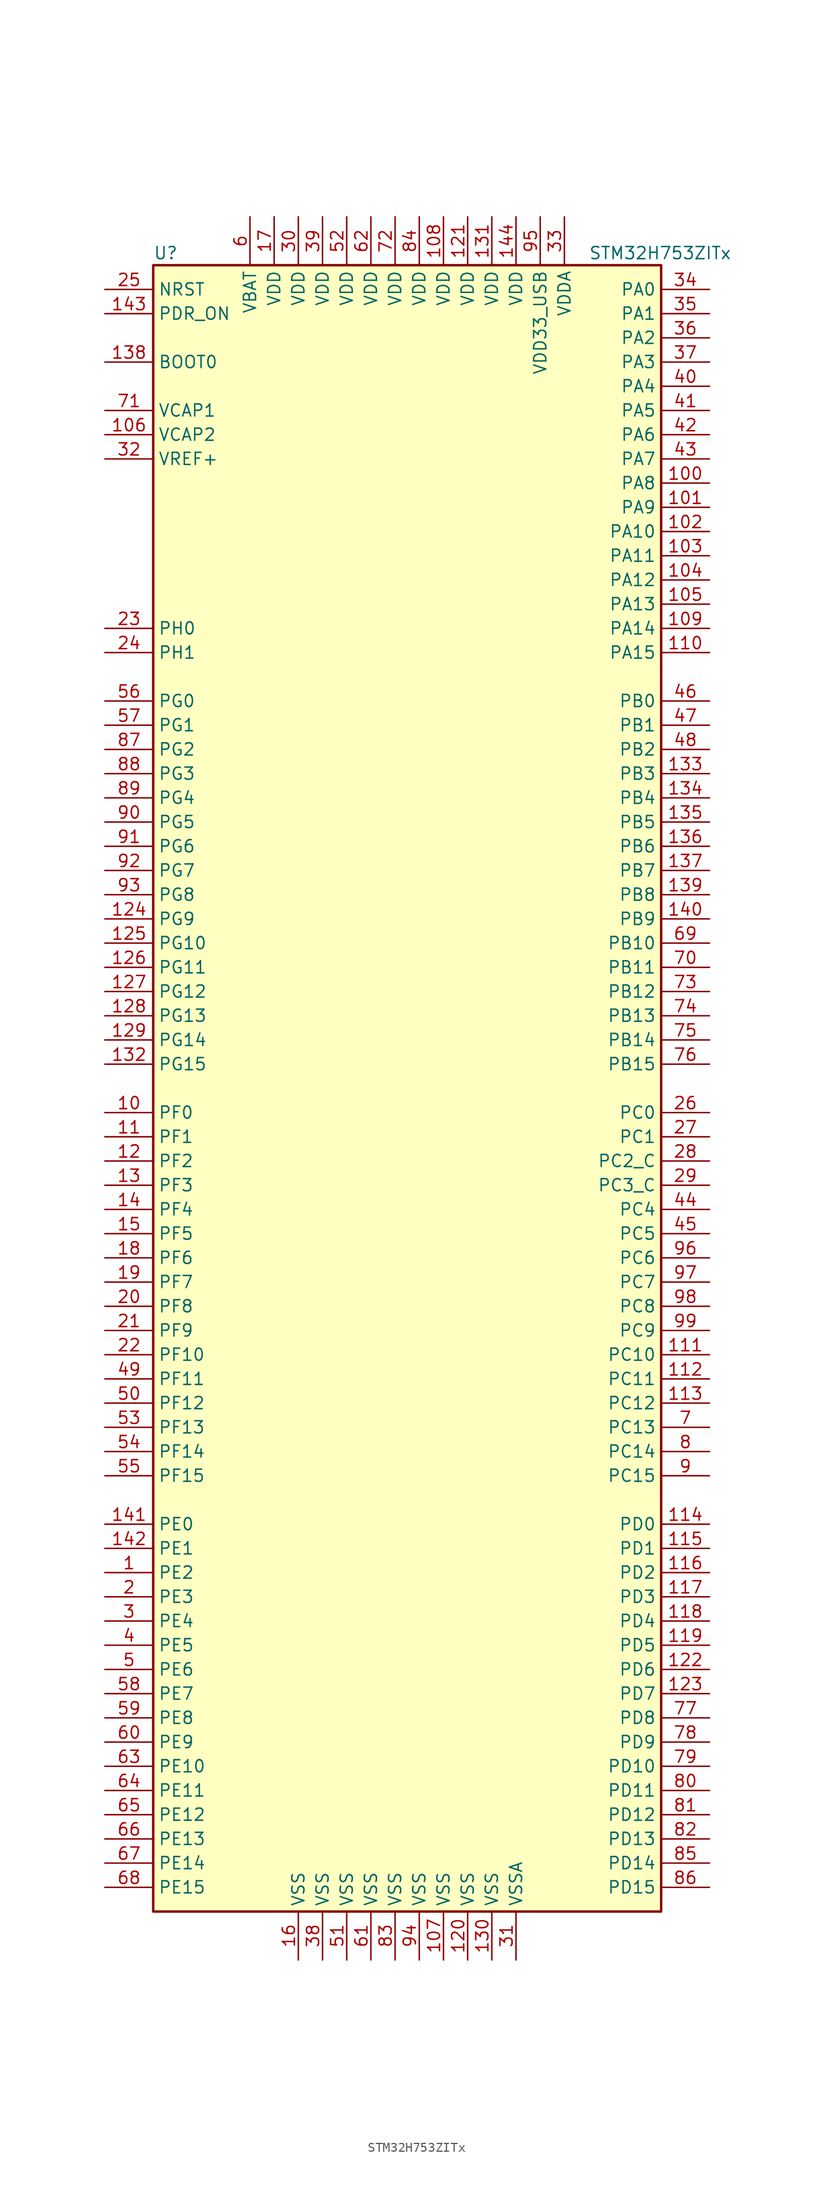
<source format=kicad_sym>
(kicad_symbol_lib
  (version 20201005)
  (generator kicad_symbol_editor)
  (symbol "STM32H753ZITx"
    (property "Reference" "U"
      (at -27.94 87.63 0)
      (effects (font (size 1.27 1.27)) (justify left)))
    (property "Value" "STM32H753ZITx"
      (at 17.78 87.63 0)
      (effects (font (size 1.27 1.27)) (justify left)))
    (symbol "STM32H753ZITx_0_1"
      (rectangle (start -27.94 -86.36) (end 25.4 86.36) (stroke (width 0.254)) (fill (type background))))
    (symbol "STM32H753ZITx_1_1"
      (pin bidirectional line (at -33.02 -50.8 0) (length 5.08) (name "PE2" (effects (font (size 1.27 1.27)))) (number "1" (effects (font (size 1.27 1.27)))))
      (pin bidirectional line (at -33.02 -2.54 0) (length 5.08) (name "PF0" (effects (font (size 1.27 1.27)))) (number "10" (effects (font (size 1.27 1.27)))))
      (pin bidirectional line (at 30.48 63.5 180) (length 5.08) (name "PA8" (effects (font (size 1.27 1.27)))) (number "100" (effects (font (size 1.27 1.27)))))
      (pin bidirectional line (at 30.48 60.96 180) (length 5.08) (name "PA9" (effects (font (size 1.27 1.27)))) (number "101" (effects (font (size 1.27 1.27)))))
      (pin bidirectional line (at 30.48 58.42 180) (length 5.08) (name "PA10" (effects (font (size 1.27 1.27)))) (number "102" (effects (font (size 1.27 1.27)))))
      (pin bidirectional line (at 30.48 55.88 180) (length 5.08) (name "PA11" (effects (font (size 1.27 1.27)))) (number "103" (effects (font (size 1.27 1.27)))))
      (pin bidirectional line (at 30.48 53.34 180) (length 5.08) (name "PA12" (effects (font (size 1.27 1.27)))) (number "104" (effects (font (size 1.27 1.27)))))
      (pin bidirectional line (at 30.48 50.8 180) (length 5.08) (name "PA13" (effects (font (size 1.27 1.27)))) (number "105" (effects (font (size 1.27 1.27)))))
      (pin power_in line (at -33.02 68.58 0) (length 5.08) (name "VCAP2" (effects (font (size 1.27 1.27)))) (number "106" (effects (font (size 1.27 1.27)))))
      (pin power_in line (at 2.54 -91.44 90) (length 5.08) (name "VSS" (effects (font (size 1.27 1.27)))) (number "107" (effects (font (size 1.27 1.27)))))
      (pin power_in line (at 2.54 91.44 270) (length 5.08) (name "VDD" (effects (font (size 1.27 1.27)))) (number "108" (effects (font (size 1.27 1.27)))))
      (pin bidirectional line (at 30.48 48.26 180) (length 5.08) (name "PA14" (effects (font (size 1.27 1.27)))) (number "109" (effects (font (size 1.27 1.27)))))
      (pin bidirectional line (at -33.02 -5.08 0) (length 5.08) (name "PF1" (effects (font (size 1.27 1.27)))) (number "11" (effects (font (size 1.27 1.27)))))
      (pin bidirectional line (at 30.48 45.72 180) (length 5.08) (name "PA15" (effects (font (size 1.27 1.27)))) (number "110" (effects (font (size 1.27 1.27)))))
      (pin bidirectional line (at 30.48 -27.94 180) (length 5.08) (name "PC10" (effects (font (size 1.27 1.27)))) (number "111" (effects (font (size 1.27 1.27)))))
      (pin bidirectional line (at 30.48 -30.48 180) (length 5.08) (name "PC11" (effects (font (size 1.27 1.27)))) (number "112" (effects (font (size 1.27 1.27)))))
      (pin bidirectional line (at 30.48 -33.02 180) (length 5.08) (name "PC12" (effects (font (size 1.27 1.27)))) (number "113" (effects (font (size 1.27 1.27)))))
      (pin bidirectional line (at 30.48 -45.72 180) (length 5.08) (name "PD0" (effects (font (size 1.27 1.27)))) (number "114" (effects (font (size 1.27 1.27)))))
      (pin bidirectional line (at 30.48 -48.26 180) (length 5.08) (name "PD1" (effects (font (size 1.27 1.27)))) (number "115" (effects (font (size 1.27 1.27)))))
      (pin bidirectional line (at 30.48 -50.8 180) (length 5.08) (name "PD2" (effects (font (size 1.27 1.27)))) (number "116" (effects (font (size 1.27 1.27)))))
      (pin bidirectional line (at 30.48 -53.34 180) (length 5.08) (name "PD3" (effects (font (size 1.27 1.27)))) (number "117" (effects (font (size 1.27 1.27)))))
      (pin bidirectional line (at 30.48 -55.88 180) (length 5.08) (name "PD4" (effects (font (size 1.27 1.27)))) (number "118" (effects (font (size 1.27 1.27)))))
      (pin bidirectional line (at 30.48 -58.42 180) (length 5.08) (name "PD5" (effects (font (size 1.27 1.27)))) (number "119" (effects (font (size 1.27 1.27)))))
      (pin bidirectional line (at -33.02 -7.62 0) (length 5.08) (name "PF2" (effects (font (size 1.27 1.27)))) (number "12" (effects (font (size 1.27 1.27)))))
      (pin power_in line (at 5.08 -91.44 90) (length 5.08) (name "VSS" (effects (font (size 1.27 1.27)))) (number "120" (effects (font (size 1.27 1.27)))))
      (pin power_in line (at 5.08 91.44 270) (length 5.08) (name "VDD" (effects (font (size 1.27 1.27)))) (number "121" (effects (font (size 1.27 1.27)))))
      (pin bidirectional line (at 30.48 -60.96 180) (length 5.08) (name "PD6" (effects (font (size 1.27 1.27)))) (number "122" (effects (font (size 1.27 1.27)))))
      (pin bidirectional line (at 30.48 -63.5 180) (length 5.08) (name "PD7" (effects (font (size 1.27 1.27)))) (number "123" (effects (font (size 1.27 1.27)))))
      (pin bidirectional line (at -33.02 17.78 0) (length 5.08) (name "PG9" (effects (font (size 1.27 1.27)))) (number "124" (effects (font (size 1.27 1.27)))))
      (pin bidirectional line (at -33.02 15.24 0) (length 5.08) (name "PG10" (effects (font (size 1.27 1.27)))) (number "125" (effects (font (size 1.27 1.27)))))
      (pin bidirectional line (at -33.02 12.7 0) (length 5.08) (name "PG11" (effects (font (size 1.27 1.27)))) (number "126" (effects (font (size 1.27 1.27)))))
      (pin bidirectional line (at -33.02 10.16 0) (length 5.08) (name "PG12" (effects (font (size 1.27 1.27)))) (number "127" (effects (font (size 1.27 1.27)))))
      (pin bidirectional line (at -33.02 7.62 0) (length 5.08) (name "PG13" (effects (font (size 1.27 1.27)))) (number "128" (effects (font (size 1.27 1.27)))))
      (pin bidirectional line (at -33.02 5.08 0) (length 5.08) (name "PG14" (effects (font (size 1.27 1.27)))) (number "129" (effects (font (size 1.27 1.27)))))
      (pin bidirectional line (at -33.02 -10.16 0) (length 5.08) (name "PF3" (effects (font (size 1.27 1.27)))) (number "13" (effects (font (size 1.27 1.27)))))
      (pin power_in line (at 7.62 -91.44 90) (length 5.08) (name "VSS" (effects (font (size 1.27 1.27)))) (number "130" (effects (font (size 1.27 1.27)))))
      (pin power_in line (at 7.62 91.44 270) (length 5.08) (name "VDD" (effects (font (size 1.27 1.27)))) (number "131" (effects (font (size 1.27 1.27)))))
      (pin bidirectional line (at -33.02 2.54 0) (length 5.08) (name "PG15" (effects (font (size 1.27 1.27)))) (number "132" (effects (font (size 1.27 1.27)))))
      (pin bidirectional line (at 30.48 33.02 180) (length 5.08) (name "PB3" (effects (font (size 1.27 1.27)))) (number "133" (effects (font (size 1.27 1.27)))))
      (pin bidirectional line (at 30.48 30.48 180) (length 5.08) (name "PB4" (effects (font (size 1.27 1.27)))) (number "134" (effects (font (size 1.27 1.27)))))
      (pin bidirectional line (at 30.48 27.94 180) (length 5.08) (name "PB5" (effects (font (size 1.27 1.27)))) (number "135" (effects (font (size 1.27 1.27)))))
      (pin bidirectional line (at 30.48 25.4 180) (length 5.08) (name "PB6" (effects (font (size 1.27 1.27)))) (number "136" (effects (font (size 1.27 1.27)))))
      (pin bidirectional line (at 30.48 22.86 180) (length 5.08) (name "PB7" (effects (font (size 1.27 1.27)))) (number "137" (effects (font (size 1.27 1.27)))))
      (pin input line (at -33.02 76.2 0) (length 5.08) (name "BOOT0" (effects (font (size 1.27 1.27)))) (number "138" (effects (font (size 1.27 1.27)))))
      (pin bidirectional line (at 30.48 20.32 180) (length 5.08) (name "PB8" (effects (font (size 1.27 1.27)))) (number "139" (effects (font (size 1.27 1.27)))))
      (pin bidirectional line (at -33.02 -12.7 0) (length 5.08) (name "PF4" (effects (font (size 1.27 1.27)))) (number "14" (effects (font (size 1.27 1.27)))))
      (pin bidirectional line (at 30.48 17.78 180) (length 5.08) (name "PB9" (effects (font (size 1.27 1.27)))) (number "140" (effects (font (size 1.27 1.27)))))
      (pin bidirectional line (at -33.02 -45.72 0) (length 5.08) (name "PE0" (effects (font (size 1.27 1.27)))) (number "141" (effects (font (size 1.27 1.27)))))
      (pin bidirectional line (at -33.02 -48.26 0) (length 5.08) (name "PE1" (effects (font (size 1.27 1.27)))) (number "142" (effects (font (size 1.27 1.27)))))
      (pin input line (at -33.02 81.28 0) (length 5.08) (name "PDR_ON" (effects (font (size 1.27 1.27)))) (number "143" (effects (font (size 1.27 1.27)))))
      (pin power_in line (at 10.16 91.44 270) (length 5.08) (name "VDD" (effects (font (size 1.27 1.27)))) (number "144" (effects (font (size 1.27 1.27)))))
      (pin bidirectional line (at -33.02 -15.24 0) (length 5.08) (name "PF5" (effects (font (size 1.27 1.27)))) (number "15" (effects (font (size 1.27 1.27)))))
      (pin power_in line (at -12.7 -91.44 90) (length 5.08) (name "VSS" (effects (font (size 1.27 1.27)))) (number "16" (effects (font (size 1.27 1.27)))))
      (pin power_in line (at -15.24 91.44 270) (length 5.08) (name "VDD" (effects (font (size 1.27 1.27)))) (number "17" (effects (font (size 1.27 1.27)))))
      (pin bidirectional line (at -33.02 -17.78 0) (length 5.08) (name "PF6" (effects (font (size 1.27 1.27)))) (number "18" (effects (font (size 1.27 1.27)))))
      (pin bidirectional line (at -33.02 -20.32 0) (length 5.08) (name "PF7" (effects (font (size 1.27 1.27)))) (number "19" (effects (font (size 1.27 1.27)))))
      (pin bidirectional line (at -33.02 -53.34 0) (length 5.08) (name "PE3" (effects (font (size 1.27 1.27)))) (number "2" (effects (font (size 1.27 1.27)))))
      (pin bidirectional line (at -33.02 -22.86 0) (length 5.08) (name "PF8" (effects (font (size 1.27 1.27)))) (number "20" (effects (font (size 1.27 1.27)))))
      (pin bidirectional line (at -33.02 -25.4 0) (length 5.08) (name "PF9" (effects (font (size 1.27 1.27)))) (number "21" (effects (font (size 1.27 1.27)))))
      (pin bidirectional line (at -33.02 -27.94 0) (length 5.08) (name "PF10" (effects (font (size 1.27 1.27)))) (number "22" (effects (font (size 1.27 1.27)))))
      (pin input line (at -33.02 48.26 0) (length 5.08) (name "PH0" (effects (font (size 1.27 1.27)))) (number "23" (effects (font (size 1.27 1.27)))))
      (pin input line (at -33.02 45.72 0) (length 5.08) (name "PH1" (effects (font (size 1.27 1.27)))) (number "24" (effects (font (size 1.27 1.27)))))
      (pin input line (at -33.02 83.82 0) (length 5.08) (name "NRST" (effects (font (size 1.27 1.27)))) (number "25" (effects (font (size 1.27 1.27)))))
      (pin bidirectional line (at 30.48 -2.54 180) (length 5.08) (name "PC0" (effects (font (size 1.27 1.27)))) (number "26" (effects (font (size 1.27 1.27)))))
      (pin bidirectional line (at 30.48 -5.08 180) (length 5.08) (name "PC1" (effects (font (size 1.27 1.27)))) (number "27" (effects (font (size 1.27 1.27)))))
      (pin bidirectional line (at 30.48 -7.62 180) (length 5.08) (name "PC2_C" (effects (font (size 1.27 1.27)))) (number "28" (effects (font (size 1.27 1.27)))))
      (pin bidirectional line (at 30.48 -10.16 180) (length 5.08) (name "PC3_C" (effects (font (size 1.27 1.27)))) (number "29" (effects (font (size 1.27 1.27)))))
      (pin bidirectional line (at -33.02 -55.88 0) (length 5.08) (name "PE4" (effects (font (size 1.27 1.27)))) (number "3" (effects (font (size 1.27 1.27)))))
      (pin power_in line (at -12.7 91.44 270) (length 5.08) (name "VDD" (effects (font (size 1.27 1.27)))) (number "30" (effects (font (size 1.27 1.27)))))
      (pin power_in line (at 10.16 -91.44 90) (length 5.08) (name "VSSA" (effects (font (size 1.27 1.27)))) (number "31" (effects (font (size 1.27 1.27)))))
      (pin bidirectional line (at -33.02 66.04 0) (length 5.08) (name "VREF+" (effects (font (size 1.27 1.27)))) (number "32" (effects (font (size 1.27 1.27)))))
      (pin power_in line (at 15.24 91.44 270) (length 5.08) (name "VDDA" (effects (font (size 1.27 1.27)))) (number "33" (effects (font (size 1.27 1.27)))))
      (pin bidirectional line (at 30.48 83.82 180) (length 5.08) (name "PA0" (effects (font (size 1.27 1.27)))) (number "34" (effects (font (size 1.27 1.27)))))
      (pin bidirectional line (at 30.48 81.28 180) (length 5.08) (name "PA1" (effects (font (size 1.27 1.27)))) (number "35" (effects (font (size 1.27 1.27)))))
      (pin bidirectional line (at 30.48 78.74 180) (length 5.08) (name "PA2" (effects (font (size 1.27 1.27)))) (number "36" (effects (font (size 1.27 1.27)))))
      (pin bidirectional line (at 30.48 76.2 180) (length 5.08) (name "PA3" (effects (font (size 1.27 1.27)))) (number "37" (effects (font (size 1.27 1.27)))))
      (pin power_in line (at -10.16 -91.44 90) (length 5.08) (name "VSS" (effects (font (size 1.27 1.27)))) (number "38" (effects (font (size 1.27 1.27)))))
      (pin power_in line (at -10.16 91.44 270) (length 5.08) (name "VDD" (effects (font (size 1.27 1.27)))) (number "39" (effects (font (size 1.27 1.27)))))
      (pin bidirectional line (at -33.02 -58.42 0) (length 5.08) (name "PE5" (effects (font (size 1.27 1.27)))) (number "4" (effects (font (size 1.27 1.27)))))
      (pin bidirectional line (at 30.48 73.66 180) (length 5.08) (name "PA4" (effects (font (size 1.27 1.27)))) (number "40" (effects (font (size 1.27 1.27)))))
      (pin bidirectional line (at 30.48 71.12 180) (length 5.08) (name "PA5" (effects (font (size 1.27 1.27)))) (number "41" (effects (font (size 1.27 1.27)))))
      (pin bidirectional line (at 30.48 68.58 180) (length 5.08) (name "PA6" (effects (font (size 1.27 1.27)))) (number "42" (effects (font (size 1.27 1.27)))))
      (pin bidirectional line (at 30.48 66.04 180) (length 5.08) (name "PA7" (effects (font (size 1.27 1.27)))) (number "43" (effects (font (size 1.27 1.27)))))
      (pin bidirectional line (at 30.48 -12.7 180) (length 5.08) (name "PC4" (effects (font (size 1.27 1.27)))) (number "44" (effects (font (size 1.27 1.27)))))
      (pin bidirectional line (at 30.48 -15.24 180) (length 5.08) (name "PC5" (effects (font (size 1.27 1.27)))) (number "45" (effects (font (size 1.27 1.27)))))
      (pin bidirectional line (at 30.48 40.64 180) (length 5.08) (name "PB0" (effects (font (size 1.27 1.27)))) (number "46" (effects (font (size 1.27 1.27)))))
      (pin bidirectional line (at 30.48 38.1 180) (length 5.08) (name "PB1" (effects (font (size 1.27 1.27)))) (number "47" (effects (font (size 1.27 1.27)))))
      (pin bidirectional line (at 30.48 35.56 180) (length 5.08) (name "PB2" (effects (font (size 1.27 1.27)))) (number "48" (effects (font (size 1.27 1.27)))))
      (pin bidirectional line (at -33.02 -30.48 0) (length 5.08) (name "PF11" (effects (font (size 1.27 1.27)))) (number "49" (effects (font (size 1.27 1.27)))))
      (pin bidirectional line (at -33.02 -60.96 0) (length 5.08) (name "PE6" (effects (font (size 1.27 1.27)))) (number "5" (effects (font (size 1.27 1.27)))))
      (pin bidirectional line (at -33.02 -33.02 0) (length 5.08) (name "PF12" (effects (font (size 1.27 1.27)))) (number "50" (effects (font (size 1.27 1.27)))))
      (pin power_in line (at -7.62 -91.44 90) (length 5.08) (name "VSS" (effects (font (size 1.27 1.27)))) (number "51" (effects (font (size 1.27 1.27)))))
      (pin power_in line (at -7.62 91.44 270) (length 5.08) (name "VDD" (effects (font (size 1.27 1.27)))) (number "52" (effects (font (size 1.27 1.27)))))
      (pin bidirectional line (at -33.02 -35.56 0) (length 5.08) (name "PF13" (effects (font (size 1.27 1.27)))) (number "53" (effects (font (size 1.27 1.27)))))
      (pin bidirectional line (at -33.02 -38.1 0) (length 5.08) (name "PF14" (effects (font (size 1.27 1.27)))) (number "54" (effects (font (size 1.27 1.27)))))
      (pin bidirectional line (at -33.02 -40.64 0) (length 5.08) (name "PF15" (effects (font (size 1.27 1.27)))) (number "55" (effects (font (size 1.27 1.27)))))
      (pin bidirectional line (at -33.02 40.64 0) (length 5.08) (name "PG0" (effects (font (size 1.27 1.27)))) (number "56" (effects (font (size 1.27 1.27)))))
      (pin bidirectional line (at -33.02 38.1 0) (length 5.08) (name "PG1" (effects (font (size 1.27 1.27)))) (number "57" (effects (font (size 1.27 1.27)))))
      (pin bidirectional line (at -33.02 -63.5 0) (length 5.08) (name "PE7" (effects (font (size 1.27 1.27)))) (number "58" (effects (font (size 1.27 1.27)))))
      (pin bidirectional line (at -33.02 -66.04 0) (length 5.08) (name "PE8" (effects (font (size 1.27 1.27)))) (number "59" (effects (font (size 1.27 1.27)))))
      (pin power_in line (at -17.78 91.44 270) (length 5.08) (name "VBAT" (effects (font (size 1.27 1.27)))) (number "6" (effects (font (size 1.27 1.27)))))
      (pin bidirectional line (at -33.02 -68.58 0) (length 5.08) (name "PE9" (effects (font (size 1.27 1.27)))) (number "60" (effects (font (size 1.27 1.27)))))
      (pin power_in line (at -5.08 -91.44 90) (length 5.08) (name "VSS" (effects (font (size 1.27 1.27)))) (number "61" (effects (font (size 1.27 1.27)))))
      (pin power_in line (at -5.08 91.44 270) (length 5.08) (name "VDD" (effects (font (size 1.27 1.27)))) (number "62" (effects (font (size 1.27 1.27)))))
      (pin bidirectional line (at -33.02 -71.12 0) (length 5.08) (name "PE10" (effects (font (size 1.27 1.27)))) (number "63" (effects (font (size 1.27 1.27)))))
      (pin bidirectional line (at -33.02 -73.66 0) (length 5.08) (name "PE11" (effects (font (size 1.27 1.27)))) (number "64" (effects (font (size 1.27 1.27)))))
      (pin bidirectional line (at -33.02 -76.2 0) (length 5.08) (name "PE12" (effects (font (size 1.27 1.27)))) (number "65" (effects (font (size 1.27 1.27)))))
      (pin bidirectional line (at -33.02 -78.74 0) (length 5.08) (name "PE13" (effects (font (size 1.27 1.27)))) (number "66" (effects (font (size 1.27 1.27)))))
      (pin bidirectional line (at -33.02 -81.28 0) (length 5.08) (name "PE14" (effects (font (size 1.27 1.27)))) (number "67" (effects (font (size 1.27 1.27)))))
      (pin bidirectional line (at -33.02 -83.82 0) (length 5.08) (name "PE15" (effects (font (size 1.27 1.27)))) (number "68" (effects (font (size 1.27 1.27)))))
      (pin bidirectional line (at 30.48 15.24 180) (length 5.08) (name "PB10" (effects (font (size 1.27 1.27)))) (number "69" (effects (font (size 1.27 1.27)))))
      (pin bidirectional line (at 30.48 -35.56 180) (length 5.08) (name "PC13" (effects (font (size 1.27 1.27)))) (number "7" (effects (font (size 1.27 1.27)))))
      (pin bidirectional line (at 30.48 12.7 180) (length 5.08) (name "PB11" (effects (font (size 1.27 1.27)))) (number "70" (effects (font (size 1.27 1.27)))))
      (pin power_in line (at -33.02 71.12 0) (length 5.08) (name "VCAP1" (effects (font (size 1.27 1.27)))) (number "71" (effects (font (size 1.27 1.27)))))
      (pin power_in line (at -2.54 91.44 270) (length 5.08) (name "VDD" (effects (font (size 1.27 1.27)))) (number "72" (effects (font (size 1.27 1.27)))))
      (pin bidirectional line (at 30.48 10.16 180) (length 5.08) (name "PB12" (effects (font (size 1.27 1.27)))) (number "73" (effects (font (size 1.27 1.27)))))
      (pin bidirectional line (at 30.48 7.62 180) (length 5.08) (name "PB13" (effects (font (size 1.27 1.27)))) (number "74" (effects (font (size 1.27 1.27)))))
      (pin bidirectional line (at 30.48 5.08 180) (length 5.08) (name "PB14" (effects (font (size 1.27 1.27)))) (number "75" (effects (font (size 1.27 1.27)))))
      (pin bidirectional line (at 30.48 2.54 180) (length 5.08) (name "PB15" (effects (font (size 1.27 1.27)))) (number "76" (effects (font (size 1.27 1.27)))))
      (pin bidirectional line (at 30.48 -66.04 180) (length 5.08) (name "PD8" (effects (font (size 1.27 1.27)))) (number "77" (effects (font (size 1.27 1.27)))))
      (pin bidirectional line (at 30.48 -68.58 180) (length 5.08) (name "PD9" (effects (font (size 1.27 1.27)))) (number "78" (effects (font (size 1.27 1.27)))))
      (pin bidirectional line (at 30.48 -71.12 180) (length 5.08) (name "PD10" (effects (font (size 1.27 1.27)))) (number "79" (effects (font (size 1.27 1.27)))))
      (pin bidirectional line (at 30.48 -38.1 180) (length 5.08) (name "PC14" (effects (font (size 1.27 1.27)))) (number "8" (effects (font (size 1.27 1.27)))))
      (pin bidirectional line (at 30.48 -73.66 180) (length 5.08) (name "PD11" (effects (font (size 1.27 1.27)))) (number "80" (effects (font (size 1.27 1.27)))))
      (pin bidirectional line (at 30.48 -76.2 180) (length 5.08) (name "PD12" (effects (font (size 1.27 1.27)))) (number "81" (effects (font (size 1.27 1.27)))))
      (pin bidirectional line (at 30.48 -78.74 180) (length 5.08) (name "PD13" (effects (font (size 1.27 1.27)))) (number "82" (effects (font (size 1.27 1.27)))))
      (pin power_in line (at -2.54 -91.44 90) (length 5.08) (name "VSS" (effects (font (size 1.27 1.27)))) (number "83" (effects (font (size 1.27 1.27)))))
      (pin power_in line (at 0 91.44 270) (length 5.08) (name "VDD" (effects (font (size 1.27 1.27)))) (number "84" (effects (font (size 1.27 1.27)))))
      (pin bidirectional line (at 30.48 -81.28 180) (length 5.08) (name "PD14" (effects (font (size 1.27 1.27)))) (number "85" (effects (font (size 1.27 1.27)))))
      (pin bidirectional line (at 30.48 -83.82 180) (length 5.08) (name "PD15" (effects (font (size 1.27 1.27)))) (number "86" (effects (font (size 1.27 1.27)))))
      (pin bidirectional line (at -33.02 35.56 0) (length 5.08) (name "PG2" (effects (font (size 1.27 1.27)))) (number "87" (effects (font (size 1.27 1.27)))))
      (pin bidirectional line (at -33.02 33.02 0) (length 5.08) (name "PG3" (effects (font (size 1.27 1.27)))) (number "88" (effects (font (size 1.27 1.27)))))
      (pin bidirectional line (at -33.02 30.48 0) (length 5.08) (name "PG4" (effects (font (size 1.27 1.27)))) (number "89" (effects (font (size 1.27 1.27)))))
      (pin bidirectional line (at 30.48 -40.64 180) (length 5.08) (name "PC15" (effects (font (size 1.27 1.27)))) (number "9" (effects (font (size 1.27 1.27)))))
      (pin bidirectional line (at -33.02 27.94 0) (length 5.08) (name "PG5" (effects (font (size 1.27 1.27)))) (number "90" (effects (font (size 1.27 1.27)))))
      (pin bidirectional line (at -33.02 25.4 0) (length 5.08) (name "PG6" (effects (font (size 1.27 1.27)))) (number "91" (effects (font (size 1.27 1.27)))))
      (pin bidirectional line (at -33.02 22.86 0) (length 5.08) (name "PG7" (effects (font (size 1.27 1.27)))) (number "92" (effects (font (size 1.27 1.27)))))
      (pin bidirectional line (at -33.02 20.32 0) (length 5.08) (name "PG8" (effects (font (size 1.27 1.27)))) (number "93" (effects (font (size 1.27 1.27)))))
      (pin power_in line (at 0 -91.44 90) (length 5.08) (name "VSS" (effects (font (size 1.27 1.27)))) (number "94" (effects (font (size 1.27 1.27)))))
      (pin power_in line (at 12.7 91.44 270) (length 5.08) (name "VDD33_USB" (effects (font (size 1.27 1.27)))) (number "95" (effects (font (size 1.27 1.27)))))
      (pin bidirectional line (at 30.48 -17.78 180) (length 5.08) (name "PC6" (effects (font (size 1.27 1.27)))) (number "96" (effects (font (size 1.27 1.27)))))
      (pin bidirectional line (at 30.48 -20.32 180) (length 5.08) (name "PC7" (effects (font (size 1.27 1.27)))) (number "97" (effects (font (size 1.27 1.27)))))
      (pin bidirectional line (at 30.48 -22.86 180) (length 5.08) (name "PC8" (effects (font (size 1.27 1.27)))) (number "98" (effects (font (size 1.27 1.27)))))
      (pin bidirectional line (at 30.48 -25.4 180) (length 5.08) (name "PC9" (effects (font (size 1.27 1.27)))) (number "99" (effects (font (size 1.27 1.27))))))))
</source>
